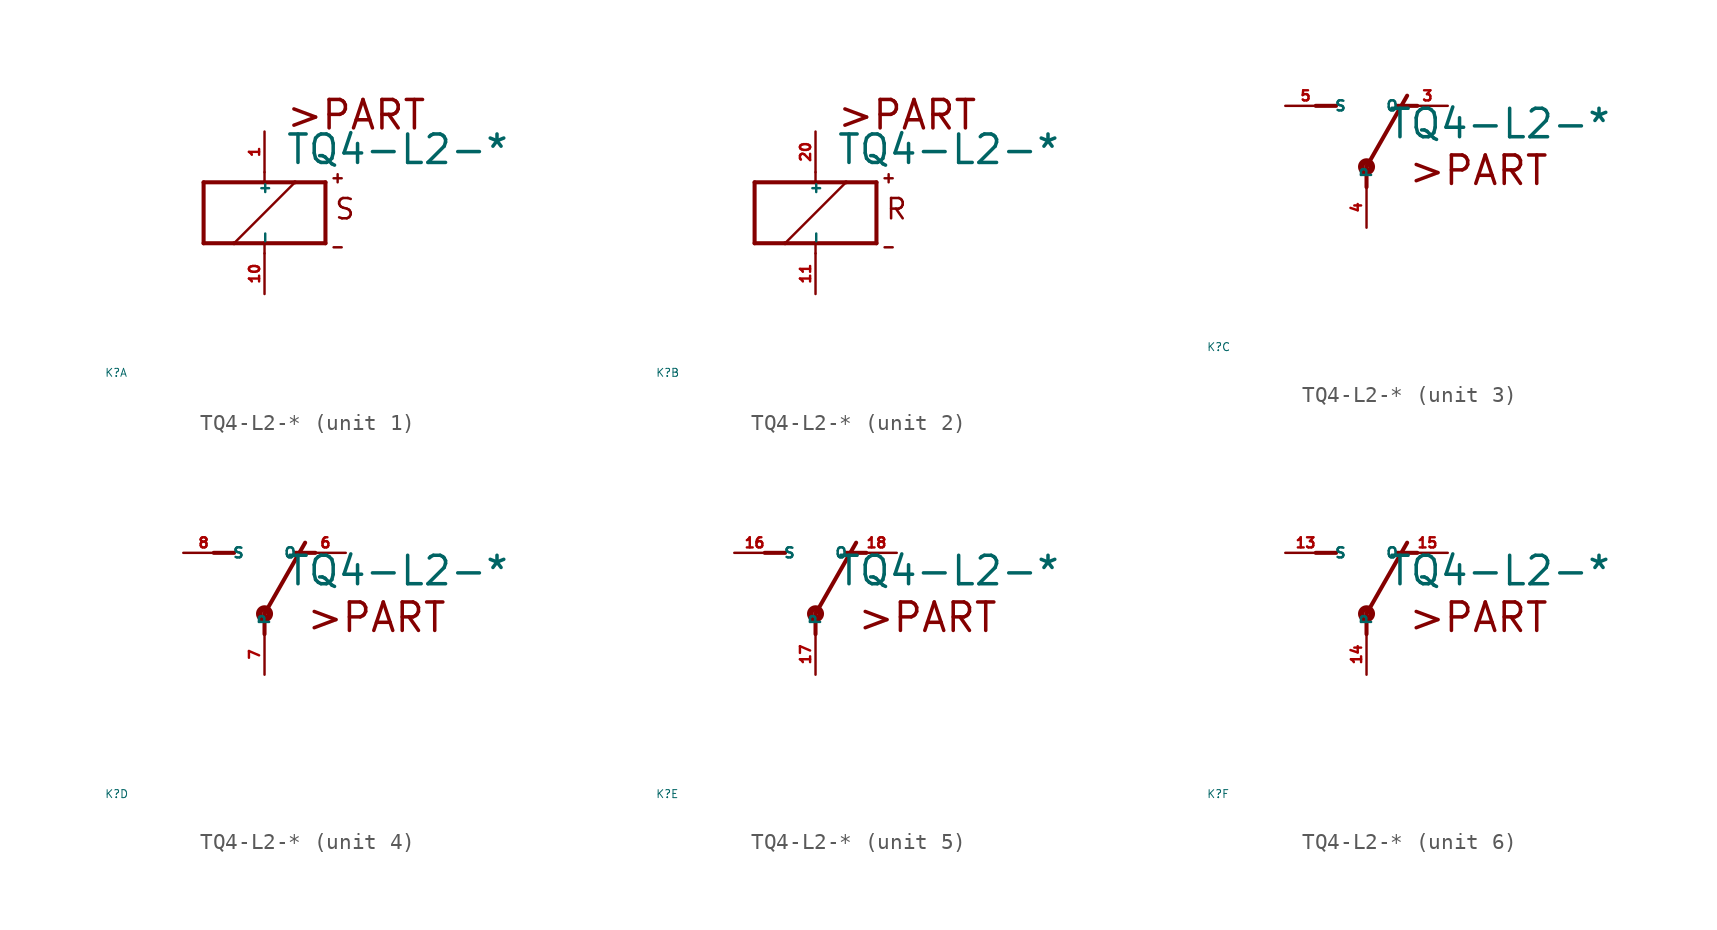
<source format=kicad_sym>
(kicad_symbol_lib
  (version 20220914)
  (generator Eagle2Kicad)
  (symbol "TQ4-L2-*"
    (property "Reference" "K"
      (at -10 -10 0)
      (effects (font (size 0.5 0.5) (thickness 0.06)) (justify left)))
    (property "Value" "TQ4-L2-*"
      (at 1.27 2.921 0)
      (effects (font (size 1.778 1.778) (thickness 0.22)) (justify left bottom)))
    (symbol "TQ4-L2-*_1_0"
      (polyline (pts (xy -3.81 -1.905) (xy -1.905 -1.905)) (stroke (width 0.254) (type default)) (fill (type none)))
      (polyline (pts (xy 3.81 -1.905) (xy 3.81 1.905)) (stroke (width 0.254) (type default)) (fill (type none)))
      (polyline (pts (xy 3.81 1.905) (xy 1.905 1.905)) (stroke (width 0.254) (type default)) (fill (type none)))
      (polyline (pts (xy -3.81 1.905) (xy -3.81 -1.905)) (stroke (width 0.254) (type default)) (fill (type none)))
      (polyline (pts (xy 0 -2.54) (xy 0 -1.905)) (stroke (width 0.152) (type default)) (fill (type none)))
      (polyline (pts (xy 0 -1.905) (xy 3.81 -1.905)) (stroke (width 0.254) (type default)) (fill (type none)))
      (polyline (pts (xy 0 2.54) (xy 0 1.905)) (stroke (width 0.152) (type default)) (fill (type none)))
      (polyline (pts (xy 0 1.905) (xy -3.81 1.905)) (stroke (width 0.254) (type default)) (fill (type none)))
      (polyline (pts (xy -1.905 -1.905) (xy 1.905 1.905)) (stroke (width 0.152) (type default)) (fill (type none)))
      (polyline (pts (xy -1.905 -1.905) (xy 0 -1.905)) (stroke (width 0.254) (type default)) (fill (type none)))
      (polyline (pts (xy 1.905 1.905) (xy 0 1.905)) (stroke (width 0.254) (type default)) (fill (type none)))
      (polyline (pts (xy 4.318 2.159) (xy 4.826 2.159)) (stroke (width 0.152) (type default)) (fill (type none)))
      (polyline (pts (xy 4.572 2.413) (xy 4.572 1.905)) (stroke (width 0.152) (type default)) (fill (type none)))
      (polyline (pts (xy 4.318 -2.159) (xy 4.826 -2.159)) (stroke (width 0.152) (type default)) (fill (type none)))
      (text ">PART" (at 1.27 5.08 0) (effects (font (size 1.778 1.778) (thickness 0.22)) (justify left bottom)))
      (text "S" (at 4.318 -0.508 0) (effects (font (size 1.27 1.27) (thickness 0.16)) (justify left bottom)))
      (pin passive line (at 0 -5.08 90) (length 2.54) (name "-" (effects (font (size 0.635 0.635) (thickness 0.08)) (justify left bottom))) (number "10" (effects (font (size 0.635 0.635) (thickness 0.08)) (justify left bottom))))
      (pin passive line (at 0 5.08 270) (length 2.54) (name "+" (effects (font (size 0.635 0.635) (thickness 0.08)) (justify left bottom))) (number "1" (effects (font (size 0.635 0.635) (thickness 0.08)) (justify left bottom)))))
    (symbol "TQ4-L2-*_2_0"
      (polyline (pts (xy -3.81 -1.905) (xy -1.905 -1.905)) (stroke (width 0.254) (type default)) (fill (type none)))
      (polyline (pts (xy 3.81 -1.905) (xy 3.81 1.905)) (stroke (width 0.254) (type default)) (fill (type none)))
      (polyline (pts (xy 3.81 1.905) (xy 1.905 1.905)) (stroke (width 0.254) (type default)) (fill (type none)))
      (polyline (pts (xy -3.81 1.905) (xy -3.81 -1.905)) (stroke (width 0.254) (type default)) (fill (type none)))
      (polyline (pts (xy 0 -2.54) (xy 0 -1.905)) (stroke (width 0.152) (type default)) (fill (type none)))
      (polyline (pts (xy 0 -1.905) (xy 3.81 -1.905)) (stroke (width 0.254) (type default)) (fill (type none)))
      (polyline (pts (xy 0 2.54) (xy 0 1.905)) (stroke (width 0.152) (type default)) (fill (type none)))
      (polyline (pts (xy 0 1.905) (xy -3.81 1.905)) (stroke (width 0.254) (type default)) (fill (type none)))
      (polyline (pts (xy -1.905 -1.905) (xy 1.905 1.905)) (stroke (width 0.152) (type default)) (fill (type none)))
      (polyline (pts (xy -1.905 -1.905) (xy 0 -1.905)) (stroke (width 0.254) (type default)) (fill (type none)))
      (polyline (pts (xy 1.905 1.905) (xy 0 1.905)) (stroke (width 0.254) (type default)) (fill (type none)))
      (polyline (pts (xy 4.318 2.159) (xy 4.826 2.159)) (stroke (width 0.152) (type default)) (fill (type none)))
      (polyline (pts (xy 4.572 2.413) (xy 4.572 1.905)) (stroke (width 0.152) (type default)) (fill (type none)))
      (polyline (pts (xy 4.318 -2.159) (xy 4.826 -2.159)) (stroke (width 0.152) (type default)) (fill (type none)))
      (text ">PART" (at 1.27 5.08 0) (effects (font (size 1.778 1.778) (thickness 0.22)) (justify left bottom)))
      (text "R" (at 4.318 -0.508 0) (effects (font (size 1.27 1.27) (thickness 0.16)) (justify left bottom)))
      (pin passive line (at 0 -5.08 90) (length 2.54) (name "-" (effects (font (size 0.635 0.635) (thickness 0.08)) (justify left bottom))) (number "11" (effects (font (size 0.635 0.635) (thickness 0.08)) (justify left bottom))))
      (pin passive line (at 0 5.08 270) (length 2.54) (name "+" (effects (font (size 0.635 0.635) (thickness 0.08)) (justify left bottom))) (number "20" (effects (font (size 0.635 0.635) (thickness 0.08)) (justify left bottom)))))
    (symbol "TQ4-L2-*_3_0"
      (polyline (pts (xy 3.175 5.08) (xy 1.905 5.08)) (stroke (width 0.254) (type default)) (fill (type none)))
      (polyline (pts (xy -3.175 5.08) (xy -1.905 5.08)) (stroke (width 0.254) (type default)) (fill (type none)))
      (polyline (pts (xy 0 1.27) (xy 2.54 5.715)) (stroke (width 0.254) (type default)) (fill (type none)))
      (polyline (pts (xy 0 1.27) (xy 0 0)) (stroke (width 0.254) (type default)) (fill (type none)))
      (text ">PART" (at 2.54 0 0) (effects (font (size 1.778 1.778) (thickness 0.22)) (justify left bottom)))
      (circle (center 0 1.27) (radius 0.127) (stroke (width 0.406) (type default)) (fill (type none)))
      (pin passive line (at 5.08 5.08 180) (length 2.54) (name "O" (effects (font (size 0.635 0.635) (thickness 0.08)) (justify left bottom))) (number "3" (effects (font (size 0.635 0.635) (thickness 0.08)) (justify left bottom))))
      (pin passive line (at -5.08 5.08 0) (length 2.54) (name "S" (effects (font (size 0.635 0.635) (thickness 0.08)) (justify left bottom))) (number "5" (effects (font (size 0.635 0.635) (thickness 0.08)) (justify left bottom))))
      (pin passive line (at 0 -2.54 90) (length 2.54) (name "P" (effects (font (size 0.635 0.635) (thickness 0.08)) (justify left bottom))) (number "4" (effects (font (size 0.635 0.635) (thickness 0.08)) (justify left bottom)))))
    (symbol "TQ4-L2-*_4_0"
      (polyline (pts (xy 3.175 5.08) (xy 1.905 5.08)) (stroke (width 0.254) (type default)) (fill (type none)))
      (polyline (pts (xy -3.175 5.08) (xy -1.905 5.08)) (stroke (width 0.254) (type default)) (fill (type none)))
      (polyline (pts (xy 0 1.27) (xy 2.54 5.715)) (stroke (width 0.254) (type default)) (fill (type none)))
      (polyline (pts (xy 0 1.27) (xy 0 0)) (stroke (width 0.254) (type default)) (fill (type none)))
      (text ">PART" (at 2.54 0 0) (effects (font (size 1.778 1.778) (thickness 0.22)) (justify left bottom)))
      (circle (center 0 1.27) (radius 0.127) (stroke (width 0.406) (type default)) (fill (type none)))
      (pin passive line (at 5.08 5.08 180) (length 2.54) (name "O" (effects (font (size 0.635 0.635) (thickness 0.08)) (justify left bottom))) (number "6" (effects (font (size 0.635 0.635) (thickness 0.08)) (justify left bottom))))
      (pin passive line (at -5.08 5.08 0) (length 2.54) (name "S" (effects (font (size 0.635 0.635) (thickness 0.08)) (justify left bottom))) (number "8" (effects (font (size 0.635 0.635) (thickness 0.08)) (justify left bottom))))
      (pin passive line (at 0 -2.54 90) (length 2.54) (name "P" (effects (font (size 0.635 0.635) (thickness 0.08)) (justify left bottom))) (number "7" (effects (font (size 0.635 0.635) (thickness 0.08)) (justify left bottom)))))
    (symbol "TQ4-L2-*_5_0"
      (polyline (pts (xy 3.175 5.08) (xy 1.905 5.08)) (stroke (width 0.254) (type default)) (fill (type none)))
      (polyline (pts (xy -3.175 5.08) (xy -1.905 5.08)) (stroke (width 0.254) (type default)) (fill (type none)))
      (polyline (pts (xy 0 1.27) (xy 2.54 5.715)) (stroke (width 0.254) (type default)) (fill (type none)))
      (polyline (pts (xy 0 1.27) (xy 0 0)) (stroke (width 0.254) (type default)) (fill (type none)))
      (text ">PART" (at 2.54 0 0) (effects (font (size 1.778 1.778) (thickness 0.22)) (justify left bottom)))
      (circle (center 0 1.27) (radius 0.127) (stroke (width 0.406) (type default)) (fill (type none)))
      (pin passive line (at 5.08 5.08 180) (length 2.54) (name "O" (effects (font (size 0.635 0.635) (thickness 0.08)) (justify left bottom))) (number "18" (effects (font (size 0.635 0.635) (thickness 0.08)) (justify left bottom))))
      (pin passive line (at -5.08 5.08 0) (length 2.54) (name "S" (effects (font (size 0.635 0.635) (thickness 0.08)) (justify left bottom))) (number "16" (effects (font (size 0.635 0.635) (thickness 0.08)) (justify left bottom))))
      (pin passive line (at 0 -2.54 90) (length 2.54) (name "P" (effects (font (size 0.635 0.635) (thickness 0.08)) (justify left bottom))) (number "17" (effects (font (size 0.635 0.635) (thickness 0.08)) (justify left bottom)))))
    (symbol "TQ4-L2-*_6_0"
      (polyline (pts (xy 3.175 5.08) (xy 1.905 5.08)) (stroke (width 0.254) (type default)) (fill (type none)))
      (polyline (pts (xy -3.175 5.08) (xy -1.905 5.08)) (stroke (width 0.254) (type default)) (fill (type none)))
      (polyline (pts (xy 0 1.27) (xy 2.54 5.715)) (stroke (width 0.254) (type default)) (fill (type none)))
      (polyline (pts (xy 0 1.27) (xy 0 0)) (stroke (width 0.254) (type default)) (fill (type none)))
      (text ">PART" (at 2.54 0 0) (effects (font (size 1.778 1.778) (thickness 0.22)) (justify left bottom)))
      (circle (center 0 1.27) (radius 0.127) (stroke (width 0.406) (type default)) (fill (type none)))
      (pin passive line (at 5.08 5.08 180) (length 2.54) (name "O" (effects (font (size 0.635 0.635) (thickness 0.08)) (justify left bottom))) (number "15" (effects (font (size 0.635 0.635) (thickness 0.08)) (justify left bottom))))
      (pin passive line (at -5.08 5.08 0) (length 2.54) (name "S" (effects (font (size 0.635 0.635) (thickness 0.08)) (justify left bottom))) (number "13" (effects (font (size 0.635 0.635) (thickness 0.08)) (justify left bottom))))
      (pin passive line (at 0 -2.54 90) (length 2.54) (name "P" (effects (font (size 0.635 0.635) (thickness 0.08)) (justify left bottom))) (number "14" (effects (font (size 0.635 0.635) (thickness 0.08)) (justify left bottom)))))))
</source>
